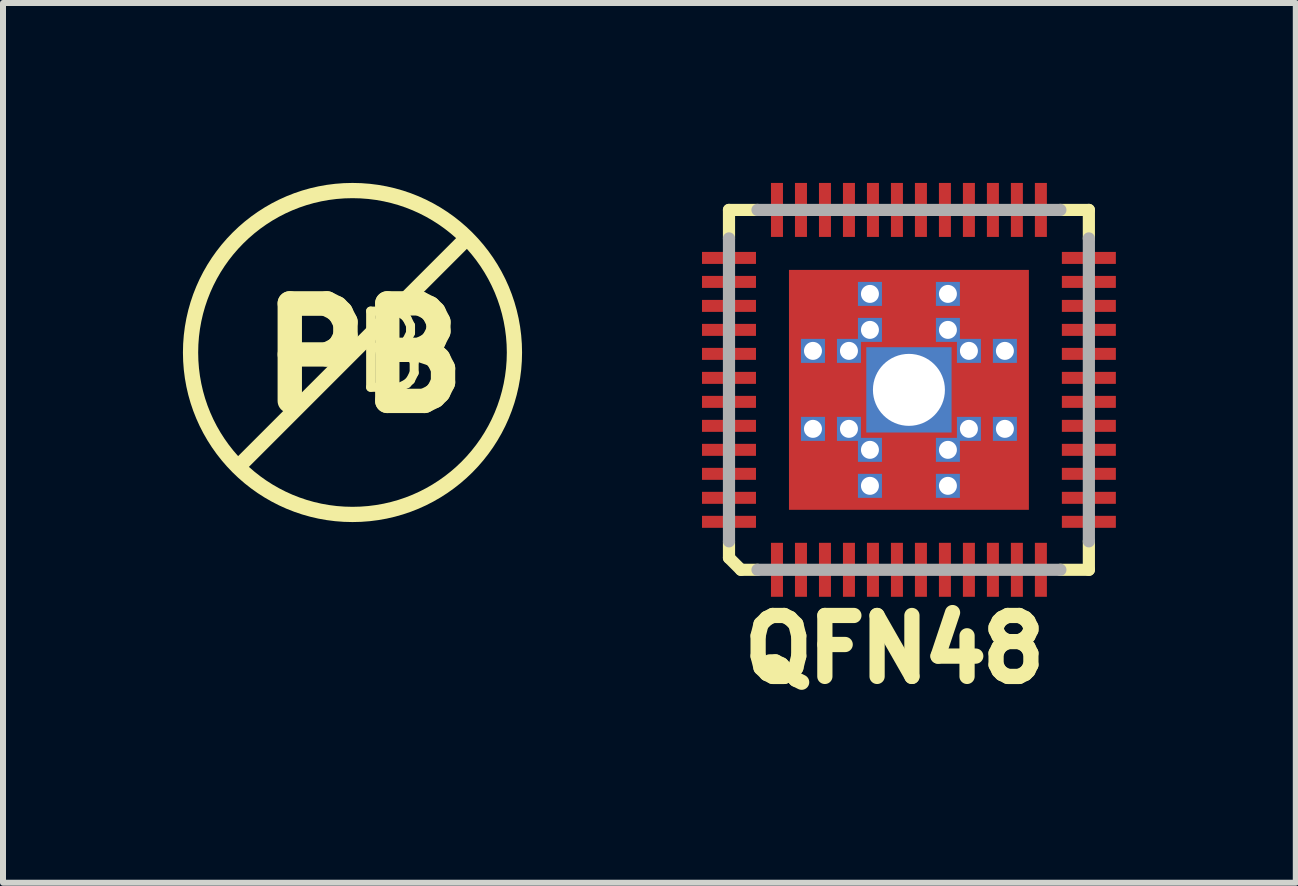
<source format=kicad_pcb>
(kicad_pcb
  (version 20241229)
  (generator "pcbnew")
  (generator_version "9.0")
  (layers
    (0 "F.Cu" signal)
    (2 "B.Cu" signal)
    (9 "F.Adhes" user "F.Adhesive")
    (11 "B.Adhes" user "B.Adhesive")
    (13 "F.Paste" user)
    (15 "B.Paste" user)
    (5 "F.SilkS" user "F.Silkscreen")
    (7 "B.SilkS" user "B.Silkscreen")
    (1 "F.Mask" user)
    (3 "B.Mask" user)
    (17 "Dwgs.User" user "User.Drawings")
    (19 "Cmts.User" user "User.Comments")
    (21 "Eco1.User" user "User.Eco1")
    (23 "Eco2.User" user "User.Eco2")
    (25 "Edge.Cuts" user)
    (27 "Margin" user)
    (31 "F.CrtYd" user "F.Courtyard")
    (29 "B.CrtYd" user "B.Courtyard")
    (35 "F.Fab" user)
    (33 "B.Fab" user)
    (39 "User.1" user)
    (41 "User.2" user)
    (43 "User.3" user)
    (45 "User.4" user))
  (footprint "PB"
    (layer "F.Cu")
    (at 2.827 2.827)
    (property "Reference" "PB" (at 0 0 0) (layer "F.SilkS") (effects (font (size 1.27 1.27) (thickness 0.15))))
    (fp_line (start -1.9 1.9) (end 1.9 -1.9) (stroke (width 0.254) (type solid)) (layer "F.SilkS"))
    (fp_circle (center 0 0) (end 2.7 0) (stroke (width 0.254) (type solid)) (fill no) (layer "F.SilkS"))
    (fp_text user "PB" (at -1.7 1.027 0) (layer "F.SilkS") (effects (font (size 1.626 1.626) (thickness 0.406)) (justify left bottom))))
  (footprint "QFN48"
    (layer "F.Cu")
    (at 12.104 3.45)
    (property "Reference" "QFN48" (at -2.875 4.915 0) (layer "F.SilkS") (effects (font (size 1.016 1.016) (thickness 0.254)) (justify left bottom)))
    (fp_line (start -3 -3) (end -2.525 -3) (stroke (width 0.203) (type solid)) (layer "F.SilkS"))
    (fp_line (start -3 -2.525) (end -3 -3) (stroke (width 0.203) (type solid)) (layer "F.SilkS"))
    (fp_line (start -3 2.8) (end -3 2.525) (stroke (width 0.203) (type solid)) (layer "F.SilkS"))
    (fp_line (start -2.8 3) (end -3 2.8) (stroke (width 0.203) (type solid)) (layer "F.SilkS"))
    (fp_line (start -2.525 3) (end -2.8 3) (stroke (width 0.203) (type solid)) (layer "F.SilkS"))
    (fp_line (start 2.525 -3) (end 3 -3) (stroke (width 0.203) (type solid)) (layer "F.SilkS"))
    (fp_line (start 3 -3) (end 3 -2.525) (stroke (width 0.203) (type solid)) (layer "F.SilkS"))
    (fp_line (start 3 2.525) (end 3 3) (stroke (width 0.203) (type solid)) (layer "F.SilkS"))
    (fp_line (start 3 3) (end 2.525 3) (stroke (width 0.203) (type solid)) (layer "F.SilkS"))
    (fp_poly (pts (xy -2.55 -2.095) (xy -2.55 -2.305) (xy -3.45 -2.305) (xy -3.45 -2.095)) (stroke (width 0) (type solid)) (fill yes) (layer "F.Paste"))
    (fp_poly (pts (xy -2.55 -1.694) (xy -2.55 -1.905) (xy -3.45 -1.905) (xy -3.45 -1.694)) (stroke (width 0) (type solid)) (fill yes) (layer "F.Paste"))
    (fp_poly (pts (xy -2.55 -1.294) (xy -2.55 -1.506) (xy -3.45 -1.506) (xy -3.45 -1.294)) (stroke (width 0) (type solid)) (fill yes) (layer "F.Paste"))
    (fp_poly (pts (xy -2.55 -0.894) (xy -2.55 -1.105) (xy -3.45 -1.105) (xy -3.45 -0.894)) (stroke (width 0) (type solid)) (fill yes) (layer "F.Paste"))
    (fp_poly (pts (xy -2.55 -0.494) (xy -2.55 -0.706) (xy -3.45 -0.706) (xy -3.45 -0.494)) (stroke (width 0) (type solid)) (fill yes) (layer "F.Paste"))
    (fp_poly (pts (xy -2.55 -0.095) (xy -2.55 -0.305) (xy -3.45 -0.305) (xy -3.45 -0.095)) (stroke (width 0) (type solid)) (fill yes) (layer "F.Paste"))
    (fp_poly (pts (xy -2.55 0.305) (xy -2.55 0.095) (xy -3.45 0.095) (xy -3.45 0.305)) (stroke (width 0) (type solid)) (fill yes) (layer "F.Paste"))
    (fp_poly (pts (xy -2.55 0.706) (xy -2.55 0.494) (xy -3.45 0.494) (xy -3.45 0.706)) (stroke (width 0) (type solid)) (fill yes) (layer "F.Paste"))
    (fp_poly (pts (xy -2.55 1.105) (xy -2.55 0.894) (xy -3.45 0.894) (xy -3.45 1.105)) (stroke (width 0) (type solid)) (fill yes) (layer "F.Paste"))
    (fp_poly (pts (xy -2.55 1.506) (xy -2.55 1.294) (xy -3.45 1.294) (xy -3.45 1.506)) (stroke (width 0) (type solid)) (fill yes) (layer "F.Paste"))
    (fp_poly (pts (xy -2.55 1.905) (xy -2.55 1.694) (xy -3.45 1.694) (xy -3.45 1.905)) (stroke (width 0) (type solid)) (fill yes) (layer "F.Paste"))
    (fp_poly (pts (xy -2.55 2.305) (xy -2.55 2.095) (xy -3.45 2.095) (xy -3.45 2.305)) (stroke (width 0) (type solid)) (fill yes) (layer "F.Paste"))
    (fp_poly (pts (xy -2.305 3.45) (xy -2.095 3.45) (xy -2.095 2.55) (xy -2.305 2.55)) (stroke (width 0) (type solid)) (fill yes) (layer "F.Paste"))
    (fp_poly (pts (xy -2.095 -3.45) (xy -2.305 -3.45) (xy -2.305 -2.55) (xy -2.095 -2.55)) (stroke (width 0) (type solid)) (fill yes) (layer "F.Paste"))
    (fp_poly (pts (xy -1.905 3.45) (xy -1.694 3.45) (xy -1.694 2.55) (xy -1.905 2.55)) (stroke (width 0) (type solid)) (fill yes) (layer "F.Paste"))
    (fp_poly (pts (xy -1.8 -0.8) (xy -0.8 -0.8) (xy -0.8 -1.8) (xy -1.8 -1.8)) (stroke (width 0) (type solid)) (fill yes) (layer "F.Paste"))
    (fp_poly (pts (xy -1.8 0.5) (xy -0.8 0.5) (xy -0.8 -0.5) (xy -1.8 -0.5)) (stroke (width 0) (type solid)) (fill yes) (layer "F.Paste"))
    (fp_poly (pts (xy -1.8 1.8) (xy -0.8 1.8) (xy -0.8 0.8) (xy -1.8 0.8)) (stroke (width 0) (type solid)) (fill yes) (layer "F.Paste"))
    (fp_poly (pts (xy -1.694 -3.45) (xy -1.905 -3.45) (xy -1.905 -2.55) (xy -1.694 -2.55)) (stroke (width 0) (type solid)) (fill yes) (layer "F.Paste"))
    (fp_poly (pts (xy -1.506 3.45) (xy -1.294 3.45) (xy -1.294 2.55) (xy -1.506 2.55)) (stroke (width 0) (type solid)) (fill yes) (layer "F.Paste"))
    (fp_poly (pts (xy -1.294 -3.45) (xy -1.506 -3.45) (xy -1.506 -2.55) (xy -1.294 -2.55)) (stroke (width 0) (type solid)) (fill yes) (layer "F.Paste"))
    (fp_poly (pts (xy -1.105 3.45) (xy -0.894 3.45) (xy -0.894 2.55) (xy -1.105 2.55)) (stroke (width 0) (type solid)) (fill yes) (layer "F.Paste"))
    (fp_poly (pts (xy -0.894 -3.45) (xy -1.105 -3.45) (xy -1.105 -2.55) (xy -0.894 -2.55)) (stroke (width 0) (type solid)) (fill yes) (layer "F.Paste"))
    (fp_poly (pts (xy -0.706 3.45) (xy -0.494 3.45) (xy -0.494 2.55) (xy -0.706 2.55)) (stroke (width 0) (type solid)) (fill yes) (layer "F.Paste"))
    (fp_poly (pts (xy -0.5 -0.8) (xy 0.5 -0.8) (xy 0.5 -1.8) (xy -0.5 -1.8)) (stroke (width 0) (type solid)) (fill yes) (layer "F.Paste"))
    (fp_poly (pts (xy -0.5 1.8) (xy 0.5 1.8) (xy 0.5 0.8) (xy -0.5 0.8)) (stroke (width 0) (type solid)) (fill yes) (layer "F.Paste"))
    (fp_poly (pts (xy -0.494 -3.45) (xy -0.706 -3.45) (xy -0.706 -2.55) (xy -0.494 -2.55)) (stroke (width 0) (type solid)) (fill yes) (layer "F.Paste"))
    (fp_poly (pts (xy -0.305 3.45) (xy -0.095 3.45) (xy -0.095 2.55) (xy -0.305 2.55)) (stroke (width 0) (type solid)) (fill yes) (layer "F.Paste"))
    (fp_poly (pts (xy -0.095 -3.45) (xy -0.305 -3.45) (xy -0.305 -2.55) (xy -0.095 -2.55)) (stroke (width 0) (type solid)) (fill yes) (layer "F.Paste"))
    (fp_poly (pts (xy 0.095 3.45) (xy 0.305 3.45) (xy 0.305 2.55) (xy 0.095 2.55)) (stroke (width 0) (type solid)) (fill yes) (layer "F.Paste"))
    (fp_poly (pts (xy 0.305 -3.45) (xy 0.095 -3.45) (xy 0.095 -2.55) (xy 0.305 -2.55)) (stroke (width 0) (type solid)) (fill yes) (layer "F.Paste"))
    (fp_poly (pts (xy 0.494 3.45) (xy 0.706 3.45) (xy 0.706 2.55) (xy 0.494 2.55)) (stroke (width 0) (type solid)) (fill yes) (layer "F.Paste"))
    (fp_poly (pts (xy 0.706 -3.45) (xy 0.494 -3.45) (xy 0.494 -2.55) (xy 0.706 -2.55)) (stroke (width 0) (type solid)) (fill yes) (layer "F.Paste"))
    (fp_poly (pts (xy 0.8 -0.8) (xy 1.8 -0.8) (xy 1.8 -1.8) (xy 0.8 -1.8)) (stroke (width 0) (type solid)) (fill yes) (layer "F.Paste"))
    (fp_poly (pts (xy 0.8 0.5) (xy 1.8 0.5) (xy 1.8 -0.5) (xy 0.8 -0.5)) (stroke (width 0) (type solid)) (fill yes) (layer "F.Paste"))
    (fp_poly (pts (xy 0.8 1.8) (xy 1.8 1.8) (xy 1.8 0.8) (xy 0.8 0.8)) (stroke (width 0) (type solid)) (fill yes) (layer "F.Paste"))
    (fp_poly (pts (xy 0.894 3.45) (xy 1.105 3.45) (xy 1.105 2.55) (xy 0.894 2.55)) (stroke (width 0) (type solid)) (fill yes) (layer "F.Paste"))
    (fp_poly (pts (xy 1.105 -3.45) (xy 0.894 -3.45) (xy 0.894 -2.55) (xy 1.105 -2.55)) (stroke (width 0) (type solid)) (fill yes) (layer "F.Paste"))
    (fp_poly (pts (xy 1.294 3.45) (xy 1.506 3.45) (xy 1.506 2.55) (xy 1.294 2.55)) (stroke (width 0) (type solid)) (fill yes) (layer "F.Paste"))
    (fp_poly (pts (xy 1.506 -3.45) (xy 1.294 -3.45) (xy 1.294 -2.55) (xy 1.506 -2.55)) (stroke (width 0) (type solid)) (fill yes) (layer "F.Paste"))
    (fp_poly (pts (xy 1.694 3.45) (xy 1.905 3.45) (xy 1.905 2.55) (xy 1.694 2.55)) (stroke (width 0) (type solid)) (fill yes) (layer "F.Paste"))
    (fp_poly (pts (xy 1.905 -3.45) (xy 1.694 -3.45) (xy 1.694 -2.55) (xy 1.905 -2.55)) (stroke (width 0) (type solid)) (fill yes) (layer "F.Paste"))
    (fp_poly (pts (xy 2.095 3.45) (xy 2.305 3.45) (xy 2.305 2.55) (xy 2.095 2.55)) (stroke (width 0) (type solid)) (fill yes) (layer "F.Paste"))
    (fp_poly (pts (xy 2.305 -3.45) (xy 2.095 -3.45) (xy 2.095 -2.55) (xy 2.305 -2.55)) (stroke (width 0) (type solid)) (fill yes) (layer "F.Paste"))
    (fp_poly (pts (xy 3.45 -2.095) (xy 3.45 -2.305) (xy 2.55 -2.305) (xy 2.55 -2.095)) (stroke (width 0) (type solid)) (fill yes) (layer "F.Paste"))
    (fp_poly (pts (xy 3.45 -1.694) (xy 3.45 -1.905) (xy 2.55 -1.905) (xy 2.55 -1.694)) (stroke (width 0) (type solid)) (fill yes) (layer "F.Paste"))
    (fp_poly (pts (xy 3.45 -1.294) (xy 3.45 -1.506) (xy 2.55 -1.506) (xy 2.55 -1.294)) (stroke (width 0) (type solid)) (fill yes) (layer "F.Paste"))
    (fp_poly (pts (xy 3.45 -0.894) (xy 3.45 -1.105) (xy 2.55 -1.105) (xy 2.55 -0.894)) (stroke (width 0) (type solid)) (fill yes) (layer "F.Paste"))
    (fp_poly (pts (xy 3.45 -0.494) (xy 3.45 -0.706) (xy 2.55 -0.706) (xy 2.55 -0.494)) (stroke (width 0) (type solid)) (fill yes) (layer "F.Paste"))
    (fp_poly (pts (xy 3.45 -0.095) (xy 3.45 -0.305) (xy 2.55 -0.305) (xy 2.55 -0.095)) (stroke (width 0) (type solid)) (fill yes) (layer "F.Paste"))
    (fp_poly (pts (xy 3.45 0.305) (xy 3.45 0.095) (xy 2.55 0.095) (xy 2.55 0.305)) (stroke (width 0) (type solid)) (fill yes) (layer "F.Paste"))
    (fp_poly (pts (xy 3.45 0.706) (xy 3.45 0.494) (xy 2.55 0.494) (xy 2.55 0.706)) (stroke (width 0) (type solid)) (fill yes) (layer "F.Paste"))
    (fp_poly (pts (xy 3.45 1.105) (xy 3.45 0.894) (xy 2.55 0.894) (xy 2.55 1.105)) (stroke (width 0) (type solid)) (fill yes) (layer "F.Paste"))
    (fp_poly (pts (xy 3.45 1.506) (xy 3.45 1.294) (xy 2.55 1.294) (xy 2.55 1.506)) (stroke (width 0) (type solid)) (fill yes) (layer "F.Paste"))
    (fp_poly (pts (xy 3.45 1.905) (xy 3.45 1.694) (xy 2.55 1.694) (xy 2.55 1.905)) (stroke (width 0) (type solid)) (fill yes) (layer "F.Paste"))
    (fp_poly (pts (xy 3.45 2.305) (xy 3.45 2.095) (xy 2.55 2.095) (xy 2.55 2.305)) (stroke (width 0) (type solid)) (fill yes) (layer "F.Paste"))
    (fp_line (start -3 2.525) (end -3 -2.525) (stroke (width 0.203) (type solid)) (layer "F.Fab"))
    (fp_line (start -2.525 -3) (end 2.525 -3) (stroke (width 0.203) (type solid)) (layer "F.Fab"))
    (fp_line (start 2.525 3) (end -2.525 3) (stroke (width 0.203) (type solid)) (layer "F.Fab"))
    (fp_line (start 3 -2.525) (end 3 2.525) (stroke (width 0.203) (type solid)) (layer "F.Fab"))
    (pad "1" smd rect (at -2.2 3) (size 0.2 0.9) (layers "F.Cu" "F.Mask"))
    (pad "2" smd rect (at -1.8 3) (size 0.2 0.9) (layers "F.Cu" "F.Mask"))
    (pad "3" smd rect (at -1.4 3) (size 0.2 0.9) (layers "F.Cu" "F.Mask"))
    (pad "4" smd rect (at -1 3) (size 0.2 0.9) (layers "F.Cu" "F.Mask"))
    (pad "5" smd rect (at -0.6 3) (size 0.2 0.9) (layers "F.Cu" "F.Mask"))
    (pad "6" smd rect (at -0.2 3) (size 0.2 0.9) (layers "F.Cu" "F.Mask"))
    (pad "7" smd rect (at 0.2 3) (size 0.2 0.9) (layers "F.Cu" "F.Mask"))
    (pad "8" smd rect (at 0.6 3) (size 0.2 0.9) (layers "F.Cu" "F.Mask"))
    (pad "9" smd rect (at 1 3) (size 0.2 0.9) (layers "F.Cu" "F.Mask"))
    (pad "10" smd rect (at 1.4 3) (size 0.2 0.9) (layers "F.Cu" "F.Mask"))
    (pad "11" smd rect (at 1.8 3) (size 0.2 0.9) (layers "F.Cu" "F.Mask"))
    (pad "12" smd rect (at 2.2 3) (size 0.2 0.9) (layers "F.Cu" "F.Mask"))
    (pad "13" smd rect (at 3 2.2 90) (size 0.2 0.9) (layers "F.Cu" "F.Mask"))
    (pad "14" smd rect (at 3 1.8 90) (size 0.2 0.9) (layers "F.Cu" "F.Mask"))
    (pad "15" smd rect (at 3 1.4 90) (size 0.2 0.9) (layers "F.Cu" "F.Mask"))
    (pad "16" smd rect (at 3 1 90) (size 0.2 0.9) (layers "F.Cu" "F.Mask"))
    (pad "17" smd rect (at 3 0.6 90) (size 0.2 0.9) (layers "F.Cu" "F.Mask"))
    (pad "18" smd rect (at 3 0.2 90) (size 0.2 0.9) (layers "F.Cu" "F.Mask"))
    (pad "19" smd rect (at 3 -0.2 90) (size 0.2 0.9) (layers "F.Cu" "F.Mask"))
    (pad "20" smd rect (at 3 -0.6 90) (size 0.2 0.9) (layers "F.Cu" "F.Mask"))
    (pad "21" smd rect (at 3 -1 90) (size 0.2 0.9) (layers "F.Cu" "F.Mask"))
    (pad "22" smd rect (at 3 -1.4 90) (size 0.2 0.9) (layers "F.Cu" "F.Mask"))
    (pad "23" smd rect (at 3 -1.8 90) (size 0.2 0.9) (layers "F.Cu" "F.Mask"))
    (pad "24" smd rect (at 3 -2.2 90) (size 0.2 0.9) (layers "F.Cu" "F.Mask"))
    (pad "25" smd rect (at 2.2 -3 180) (size 0.2 0.9) (layers "F.Cu" "F.Mask"))
    (pad "26" smd rect (at 1.8 -3 180) (size 0.2 0.9) (layers "F.Cu" "F.Mask"))
    (pad "27" smd rect (at 1.4 -3 180) (size 0.2 0.9) (layers "F.Cu" "F.Mask"))
    (pad "28" smd rect (at 1 -3 180) (size 0.2 0.9) (layers "F.Cu" "F.Mask"))
    (pad "29" smd rect (at 0.6 -3 180) (size 0.2 0.9) (layers "F.Cu" "F.Mask"))
    (pad "30" smd rect (at 0.2 -3 180) (size 0.2 0.9) (layers "F.Cu" "F.Mask"))
    (pad "31" smd rect (at -0.2 -3 180) (size 0.2 0.9) (layers "F.Cu" "F.Mask"))
    (pad "32" smd rect (at -0.6 -3 180) (size 0.2 0.9) (layers "F.Cu" "F.Mask"))
    (pad "33" smd rect (at -1 -3 180) (size 0.2 0.9) (layers "F.Cu" "F.Mask"))
    (pad "34" smd rect (at -1.4 -3 180) (size 0.2 0.9) (layers "F.Cu" "F.Mask"))
    (pad "35" smd rect (at -1.8 -3 180) (size 0.2 0.9) (layers "F.Cu" "F.Mask"))
    (pad "36" smd rect (at -2.2 -3 180) (size 0.2 0.9) (layers "F.Cu" "F.Mask"))
    (pad "37" smd rect (at -3 -2.2 270) (size 0.2 0.9) (layers "F.Cu" "F.Mask"))
    (pad "38" smd rect (at -3 -1.8 270) (size 0.2 0.9) (layers "F.Cu" "F.Mask"))
    (pad "39" smd rect (at -3 -1.4 270) (size 0.2 0.9) (layers "F.Cu" "F.Mask"))
    (pad "40" smd rect (at -3 -1 270) (size 0.2 0.9) (layers "F.Cu" "F.Mask"))
    (pad "41" smd rect (at -3 -0.6 270) (size 0.2 0.9) (layers "F.Cu" "F.Mask"))
    (pad "42" smd rect (at -3 -0.2 270) (size 0.2 0.9) (layers "F.Cu" "F.Mask"))
    (pad "43" smd rect (at -3 0.2 270) (size 0.2 0.9) (layers "F.Cu" "F.Mask"))
    (pad "44" smd rect (at -3 0.6 270) (size 0.2 0.9) (layers "F.Cu" "F.Mask"))
    (pad "45" smd rect (at -3 1 270) (size 0.2 0.9) (layers "F.Cu" "F.Mask"))
    (pad "46" smd rect (at -3 1.4 270) (size 0.2 0.9) (layers "F.Cu" "F.Mask"))
    (pad "47" smd rect (at -3 1.8 270) (size 0.2 0.9) (layers "F.Cu" "F.Mask"))
    (pad "48" smd rect (at -3 2.2 270) (size 0.2 0.9) (layers "F.Cu" "F.Mask"))
    (pad "N1" thru_hole rect (at 0 0) (size 1.422 1.422) (drill 1.2) (layers "*.Cu" "*.Mask"))
    (pad "N2" thru_hole rect (at -1.6 -0.65) (size 0.4 0.4) (drill 0.3) (layers "*.Cu"))
    (pad "N3" thru_hole rect (at -1 -0.65) (size 0.4 0.4) (drill 0.3) (layers "*.Cu"))
    (pad "N4" thru_hole rect (at -1.6 0.65) (size 0.4 0.4) (drill 0.3) (layers "*.Cu"))
    (pad "N5" thru_hole rect (at -1 0.65) (size 0.4 0.4) (drill 0.3) (layers "*.Cu"))
    (pad "N6" thru_hole rect (at -0.65 1.6) (size 0.4 0.4) (drill 0.3) (layers "*.Cu"))
    (pad "N7" thru_hole rect (at -0.65 1) (size 0.4 0.4) (drill 0.3) (layers "*.Cu"))
    (pad "N8" thru_hole rect (at 0.65 1.6) (size 0.4 0.4) (drill 0.3) (layers "*.Cu"))
    (pad "N9" thru_hole rect (at 0.65 1) (size 0.4 0.4) (drill 0.3) (layers "*.Cu"))
    (pad "N10" thru_hole rect (at 1.6 0.65) (size 0.4 0.4) (drill 0.3) (layers "*.Cu"))
    (pad "N11" thru_hole rect (at 1 0.65) (size 0.4 0.4) (drill 0.3) (layers "*.Cu"))
    (pad "N12" thru_hole rect (at 1.6 -0.65) (size 0.4 0.4) (drill 0.3) (layers "*.Cu"))
    (pad "N13" thru_hole rect (at 1 -0.65) (size 0.4 0.4) (drill 0.3) (layers "*.Cu"))
    (pad "N14" thru_hole rect (at 0.65 -1.6) (size 0.4 0.4) (drill 0.3) (layers "*.Cu"))
    (pad "N15" thru_hole rect (at 0.65 -1) (size 0.4 0.4) (drill 0.3) (layers "*.Cu"))
    (pad "N16" thru_hole rect (at -0.65 -1.6) (size 0.4 0.4) (drill 0.3) (layers "*.Cu"))
    (pad "N17" thru_hole rect (at -0.65 -1) (size 0.4 0.4) (drill 0.3) (layers "*.Cu"))
    (pad "VSS" smd rect (at 0 0) (size 4 4) (layers "F.Cu" "F.Mask")))
  (gr_rect
    (start -3 -3)
    (end 18.554 11.667)
    (stroke (width 0.1) (type default))
    (fill no)
    (layer "Edge.Cuts")))
</source>
